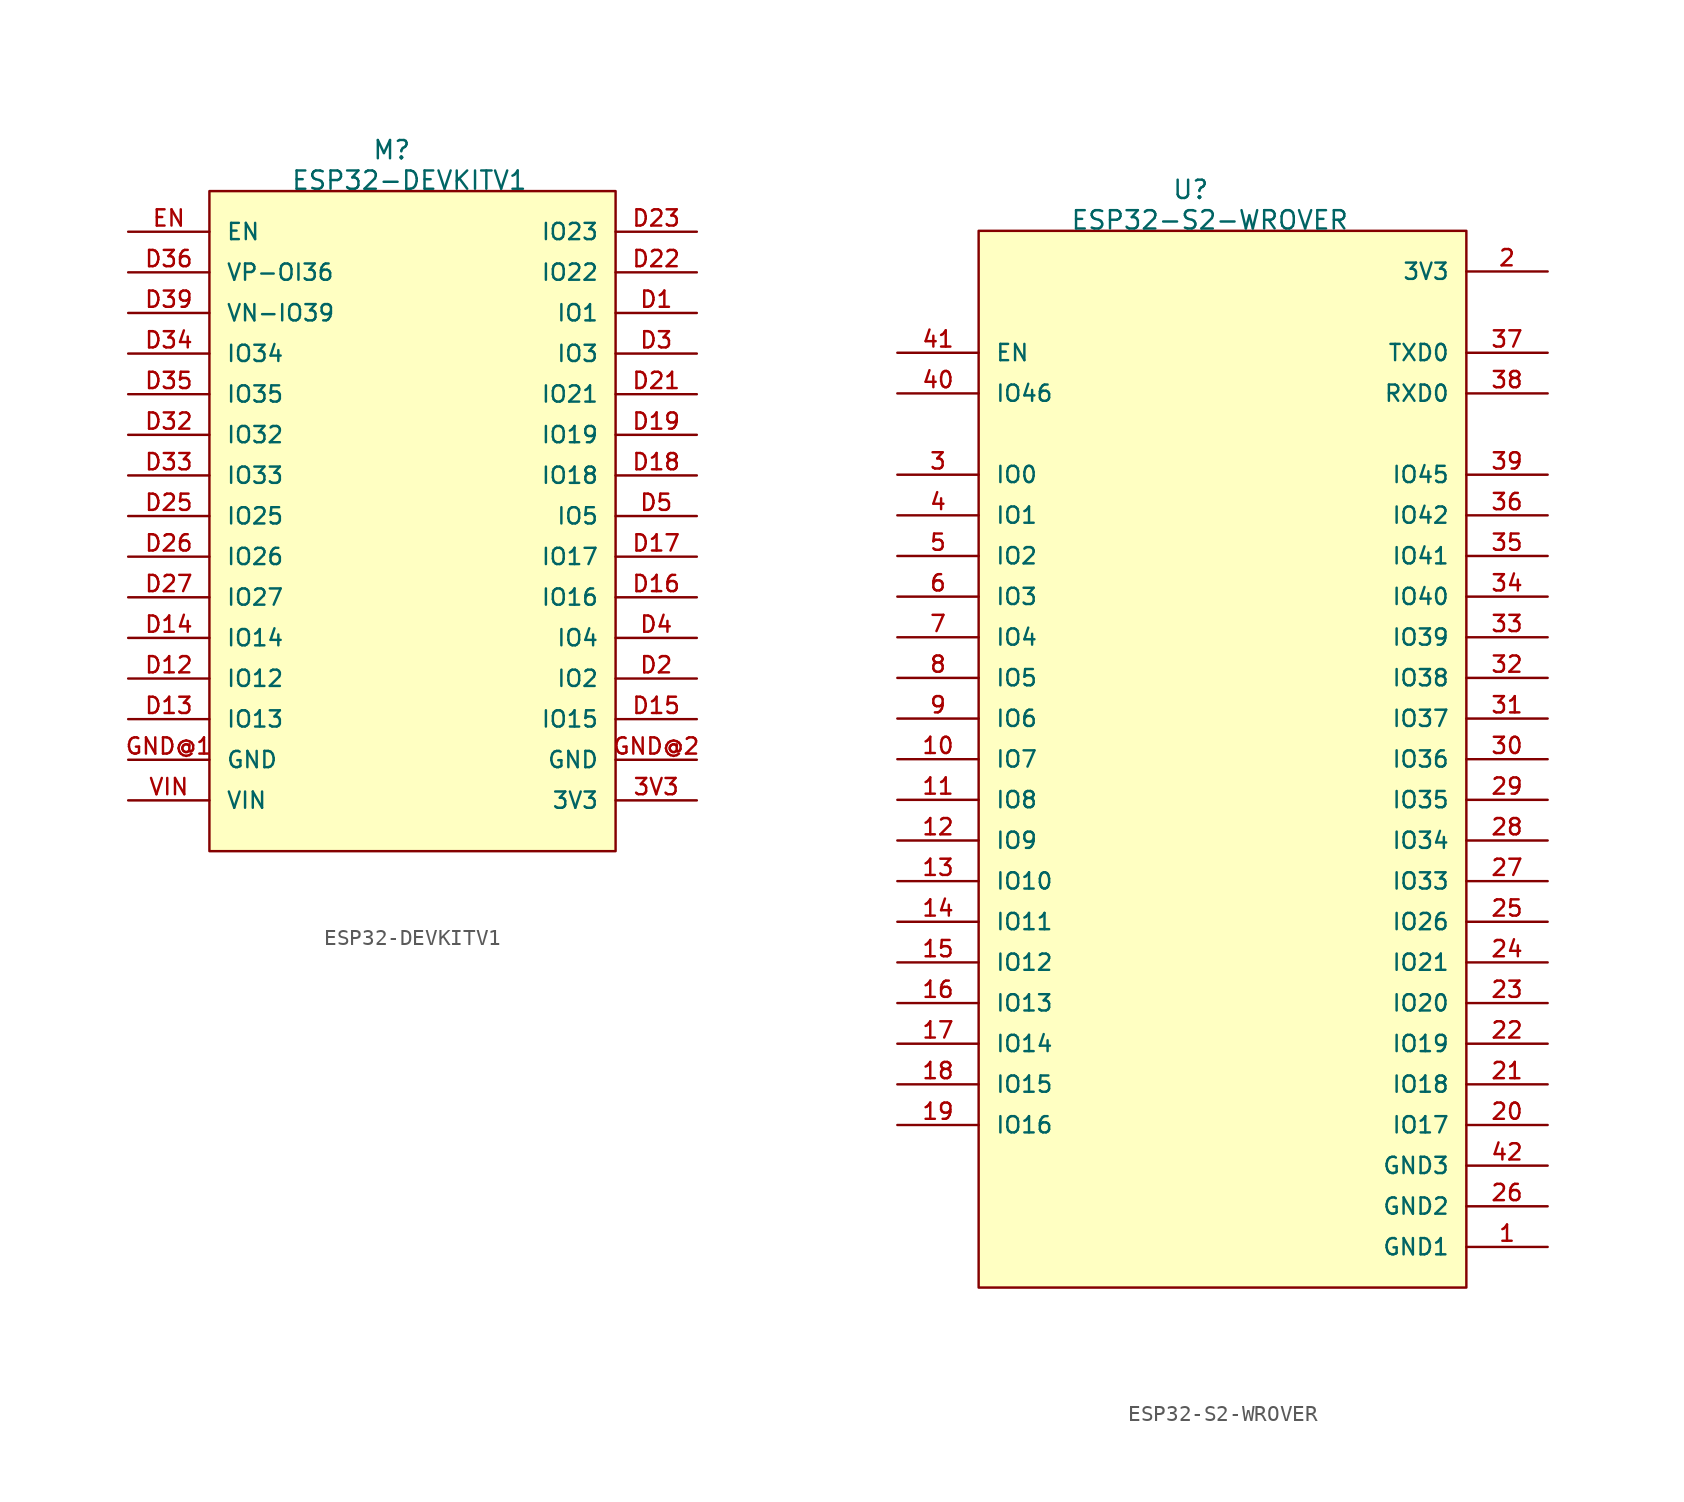
<source format=kicad_sym>
(kicad_symbol_lib
  (version 20211014)
  (generator kicad_symbol_editor)
  (symbol "ESP32-DEVKITV1"
    (pin_names
      (offset 1.016))
    (property "Reference" "M"
      (at -7.62 22.86 0)
      (effects (font (size 1.143 1.143)) (justify left bottom)))
    (property "Value" "ESP32-DEVKITV1"
      (at -12.7 20.955 0)
      (effects (font (size 1.143 1.143)) (justify left bottom)))
    (property "ki_locked" ""
      (at 0 0 0)
      (effects (font (size 1.27 1.27))))
    (symbol "ESP32-DEVKITV1_1_1"
      (rectangle (start -17.78 20.955) (end 7.62 -20.32) (stroke (width 0) (type default) (color 0 0 0 0)) (fill (type background)))
      (pin bidirectional line (at 12.7 -17.145 180) (length 5.08) (name "3V3" (effects (font (size 1.016 1.016)))) (number "3V3" (effects (font (size 1.016 1.016)))))
      (pin bidirectional line (at 12.7 13.335 180) (length 5.08) (name "IO1" (effects (font (size 1.016 1.016)))) (number "D1" (effects (font (size 1.016 1.016)))))
      (pin bidirectional line (at -22.86 -9.525 0) (length 5.08) (name "IO12" (effects (font (size 1.016 1.016)))) (number "D12" (effects (font (size 1.016 1.016)))))
      (pin bidirectional line (at -22.86 -12.065 0) (length 5.08) (name "IO13" (effects (font (size 1.016 1.016)))) (number "D13" (effects (font (size 1.016 1.016)))))
      (pin bidirectional line (at -22.86 -6.985 0) (length 5.08) (name "IO14" (effects (font (size 1.016 1.016)))) (number "D14" (effects (font (size 1.016 1.016)))))
      (pin bidirectional line (at 12.7 -12.065 180) (length 5.08) (name "IO15" (effects (font (size 1.016 1.016)))) (number "D15" (effects (font (size 1.016 1.016)))))
      (pin bidirectional line (at 12.7 -4.445 180) (length 5.08) (name "IO16" (effects (font (size 1.016 1.016)))) (number "D16" (effects (font (size 1.016 1.016)))))
      (pin bidirectional line (at 12.7 -1.905 180) (length 5.08) (name "IO17" (effects (font (size 1.016 1.016)))) (number "D17" (effects (font (size 1.016 1.016)))))
      (pin bidirectional line (at 12.7 3.175 180) (length 5.08) (name "IO18" (effects (font (size 1.016 1.016)))) (number "D18" (effects (font (size 1.016 1.016)))))
      (pin bidirectional line (at 12.7 5.715 180) (length 5.08) (name "IO19" (effects (font (size 1.016 1.016)))) (number "D19" (effects (font (size 1.016 1.016)))))
      (pin bidirectional line (at 12.7 -9.525 180) (length 5.08) (name "IO2" (effects (font (size 1.016 1.016)))) (number "D2" (effects (font (size 1.016 1.016)))))
      (pin bidirectional line (at 12.7 8.255 180) (length 5.08) (name "IO21" (effects (font (size 1.016 1.016)))) (number "D21" (effects (font (size 1.016 1.016)))))
      (pin bidirectional line (at 12.7 15.875 180) (length 5.08) (name "IO22" (effects (font (size 1.016 1.016)))) (number "D22" (effects (font (size 1.016 1.016)))))
      (pin bidirectional line (at 12.7 18.415 180) (length 5.08) (name "IO23" (effects (font (size 1.016 1.016)))) (number "D23" (effects (font (size 1.016 1.016)))))
      (pin bidirectional line (at -22.86 0.635 0) (length 5.08) (name "IO25" (effects (font (size 1.016 1.016)))) (number "D25" (effects (font (size 1.016 1.016)))))
      (pin bidirectional line (at -22.86 -1.905 0) (length 5.08) (name "IO26" (effects (font (size 1.016 1.016)))) (number "D26" (effects (font (size 1.016 1.016)))))
      (pin bidirectional line (at -22.86 -4.445 0) (length 5.08) (name "IO27" (effects (font (size 1.016 1.016)))) (number "D27" (effects (font (size 1.016 1.016)))))
      (pin bidirectional line (at 12.7 10.795 180) (length 5.08) (name "IO3" (effects (font (size 1.016 1.016)))) (number "D3" (effects (font (size 1.016 1.016)))))
      (pin bidirectional line (at -22.86 5.715 0) (length 5.08) (name "IO32" (effects (font (size 1.016 1.016)))) (number "D32" (effects (font (size 1.016 1.016)))))
      (pin bidirectional line (at -22.86 3.175 0) (length 5.08) (name "IO33" (effects (font (size 1.016 1.016)))) (number "D33" (effects (font (size 1.016 1.016)))))
      (pin bidirectional line (at -22.86 10.795 0) (length 5.08) (name "IO34" (effects (font (size 1.016 1.016)))) (number "D34" (effects (font (size 1.016 1.016)))))
      (pin bidirectional line (at -22.86 8.255 0) (length 5.08) (name "IO35" (effects (font (size 1.016 1.016)))) (number "D35" (effects (font (size 1.016 1.016)))))
      (pin bidirectional line (at -22.86 15.875 0) (length 5.08) (name "VP-OI36" (effects (font (size 1.016 1.016)))) (number "D36" (effects (font (size 1.016 1.016)))))
      (pin bidirectional line (at -22.86 13.335 0) (length 5.08) (name "VN-IO39" (effects (font (size 1.016 1.016)))) (number "D39" (effects (font (size 1.016 1.016)))))
      (pin bidirectional line (at 12.7 -6.985 180) (length 5.08) (name "IO4" (effects (font (size 1.016 1.016)))) (number "D4" (effects (font (size 1.016 1.016)))))
      (pin bidirectional line (at 12.7 0.635 180) (length 5.08) (name "IO5" (effects (font (size 1.016 1.016)))) (number "D5" (effects (font (size 1.016 1.016)))))
      (pin bidirectional line (at -22.86 18.415 0) (length 5.08) (name "EN" (effects (font (size 1.016 1.016)))) (number "EN" (effects (font (size 1.016 1.016)))))
      (pin bidirectional line (at -22.86 -14.605 0) (length 5.08) (name "GND" (effects (font (size 1.016 1.016)))) (number "GND@1" (effects (font (size 1.016 1.016)))))
      (pin bidirectional line (at 12.7 -14.605 180) (length 5.08) (name "GND" (effects (font (size 1.016 1.016)))) (number "GND@2" (effects (font (size 1.016 1.016)))))
      (pin bidirectional line (at -22.86 -17.145 0) (length 5.08) (name "VIN" (effects (font (size 1.016 1.016)))) (number "VIN" (effects (font (size 1.016 1.016)))))))
  (symbol "ESP32-S2-WROVER"
    (pin_names
      (offset 1.016))
    (property "Reference" "U"
      (at -3.175 34.925 0)
      (effects (font (size 1.143 1.143)) (justify left bottom)))
    (property "Value" "ESP32-S2-WROVER"
      (at -9.525 33.02 0)
      (effects (font (size 1.143 1.143)) (justify left bottom)))
    (property "ki_locked" ""
      (at 0 0 0)
      (effects (font (size 1.27 1.27))))
    (symbol "ESP32-S2-WROVER_1_1"
      (rectangle (start -15.24 33.02) (end 15.24 -33.02) (stroke (width 0) (type default) (color 0 0 0 0)) (fill (type background)))
      (pin power_in line (at 20.32 -30.48 180) (length 5.08) (name "GND1" (effects (font (size 1.016 1.016)))) (number "1" (effects (font (size 1.016 1.016)))))
      (pin bidirectional line (at -20.32 0 0) (length 5.08) (name "IO7" (effects (font (size 1.016 1.016)))) (number "10" (effects (font (size 1.016 1.016)))))
      (pin bidirectional line (at -20.32 -2.54 0) (length 5.08) (name "IO8" (effects (font (size 1.016 1.016)))) (number "11" (effects (font (size 1.016 1.016)))))
      (pin bidirectional line (at -20.32 -5.08 0) (length 5.08) (name "IO9" (effects (font (size 1.016 1.016)))) (number "12" (effects (font (size 1.016 1.016)))))
      (pin bidirectional line (at -20.32 -7.62 0) (length 5.08) (name "IO10" (effects (font (size 1.016 1.016)))) (number "13" (effects (font (size 1.016 1.016)))))
      (pin bidirectional line (at -20.32 -10.16 0) (length 5.08) (name "IO11" (effects (font (size 1.016 1.016)))) (number "14" (effects (font (size 1.016 1.016)))))
      (pin bidirectional line (at -20.32 -12.7 0) (length 5.08) (name "IO12" (effects (font (size 1.016 1.016)))) (number "15" (effects (font (size 1.016 1.016)))))
      (pin bidirectional line (at -20.32 -15.24 0) (length 5.08) (name "IO13" (effects (font (size 1.016 1.016)))) (number "16" (effects (font (size 1.016 1.016)))))
      (pin bidirectional line (at -20.32 -17.78 0) (length 5.08) (name "IO14" (effects (font (size 1.016 1.016)))) (number "17" (effects (font (size 1.016 1.016)))))
      (pin bidirectional line (at -20.32 -20.32 0) (length 5.08) (name "IO15" (effects (font (size 1.016 1.016)))) (number "18" (effects (font (size 1.016 1.016)))))
      (pin bidirectional line (at -20.32 -22.86 0) (length 5.08) (name "IO16" (effects (font (size 1.016 1.016)))) (number "19" (effects (font (size 1.016 1.016)))))
      (pin power_in line (at 20.32 30.48 180) (length 5.08) (name "3V3" (effects (font (size 1.016 1.016)))) (number "2" (effects (font (size 1.016 1.016)))))
      (pin bidirectional line (at 20.32 -22.86 180) (length 5.08) (name "IO17" (effects (font (size 1.016 1.016)))) (number "20" (effects (font (size 1.016 1.016)))))
      (pin bidirectional line (at 20.32 -20.32 180) (length 5.08) (name "IO18" (effects (font (size 1.016 1.016)))) (number "21" (effects (font (size 1.016 1.016)))))
      (pin bidirectional line (at 20.32 -17.78 180) (length 5.08) (name "IO19" (effects (font (size 1.016 1.016)))) (number "22" (effects (font (size 1.016 1.016)))))
      (pin bidirectional line (at 20.32 -15.24 180) (length 5.08) (name "IO20" (effects (font (size 1.016 1.016)))) (number "23" (effects (font (size 1.016 1.016)))))
      (pin bidirectional line (at 20.32 -12.7 180) (length 5.08) (name "IO21" (effects (font (size 1.016 1.016)))) (number "24" (effects (font (size 1.016 1.016)))))
      (pin bidirectional line (at 20.32 -10.16 180) (length 5.08) (name "IO26" (effects (font (size 1.016 1.016)))) (number "25" (effects (font (size 1.016 1.016)))))
      (pin power_in line (at 20.32 -27.94 180) (length 5.08) (name "GND2" (effects (font (size 1.016 1.016)))) (number "26" (effects (font (size 1.016 1.016)))))
      (pin bidirectional line (at 20.32 -7.62 180) (length 5.08) (name "IO33" (effects (font (size 1.016 1.016)))) (number "27" (effects (font (size 1.016 1.016)))))
      (pin bidirectional line (at 20.32 -5.08 180) (length 5.08) (name "IO34" (effects (font (size 1.016 1.016)))) (number "28" (effects (font (size 1.016 1.016)))))
      (pin bidirectional line (at 20.32 -2.54 180) (length 5.08) (name "IO35" (effects (font (size 1.016 1.016)))) (number "29" (effects (font (size 1.016 1.016)))))
      (pin bidirectional line (at -20.32 17.78 0) (length 5.08) (name "IO0" (effects (font (size 1.016 1.016)))) (number "3" (effects (font (size 1.016 1.016)))))
      (pin bidirectional line (at 20.32 0 180) (length 5.08) (name "IO36" (effects (font (size 1.016 1.016)))) (number "30" (effects (font (size 1.016 1.016)))))
      (pin bidirectional line (at 20.32 2.54 180) (length 5.08) (name "IO37" (effects (font (size 1.016 1.016)))) (number "31" (effects (font (size 1.016 1.016)))))
      (pin bidirectional line (at 20.32 5.08 180) (length 5.08) (name "IO38" (effects (font (size 1.016 1.016)))) (number "32" (effects (font (size 1.016 1.016)))))
      (pin bidirectional line (at 20.32 7.62 180) (length 5.08) (name "IO39" (effects (font (size 1.016 1.016)))) (number "33" (effects (font (size 1.016 1.016)))))
      (pin bidirectional line (at 20.32 10.16 180) (length 5.08) (name "IO40" (effects (font (size 1.016 1.016)))) (number "34" (effects (font (size 1.016 1.016)))))
      (pin bidirectional line (at 20.32 12.7 180) (length 5.08) (name "IO41" (effects (font (size 1.016 1.016)))) (number "35" (effects (font (size 1.016 1.016)))))
      (pin bidirectional line (at 20.32 15.24 180) (length 5.08) (name "IO42" (effects (font (size 1.016 1.016)))) (number "36" (effects (font (size 1.016 1.016)))))
      (pin bidirectional line (at 20.32 25.4 180) (length 5.08) (name "TXD0" (effects (font (size 1.016 1.016)))) (number "37" (effects (font (size 1.016 1.016)))))
      (pin bidirectional line (at 20.32 22.86 180) (length 5.08) (name "RXD0" (effects (font (size 1.016 1.016)))) (number "38" (effects (font (size 1.016 1.016)))))
      (pin bidirectional line (at 20.32 17.78 180) (length 5.08) (name "IO45" (effects (font (size 1.016 1.016)))) (number "39" (effects (font (size 1.016 1.016)))))
      (pin bidirectional line (at -20.32 15.24 0) (length 5.08) (name "IO1" (effects (font (size 1.016 1.016)))) (number "4" (effects (font (size 1.016 1.016)))))
      (pin input line (at -20.32 22.86 0) (length 5.08) (name "IO46" (effects (font (size 1.016 1.016)))) (number "40" (effects (font (size 1.016 1.016)))))
      (pin input line (at -20.32 25.4 0) (length 5.08) (name "EN" (effects (font (size 1.016 1.016)))) (number "41" (effects (font (size 1.016 1.016)))))
      (pin power_in line (at 20.32 -25.4 180) (length 5.08) (name "GND3" (effects (font (size 1.016 1.016)))) (number "42" (effects (font (size 1.016 1.016)))))
      (pin bidirectional line (at -20.32 12.7 0) (length 5.08) (name "IO2" (effects (font (size 1.016 1.016)))) (number "5" (effects (font (size 1.016 1.016)))))
      (pin bidirectional line (at -20.32 10.16 0) (length 5.08) (name "IO3" (effects (font (size 1.016 1.016)))) (number "6" (effects (font (size 1.016 1.016)))))
      (pin bidirectional line (at -20.32 7.62 0) (length 5.08) (name "IO4" (effects (font (size 1.016 1.016)))) (number "7" (effects (font (size 1.016 1.016)))))
      (pin bidirectional line (at -20.32 5.08 0) (length 5.08) (name "IO5" (effects (font (size 1.016 1.016)))) (number "8" (effects (font (size 1.016 1.016)))))
      (pin bidirectional line (at -20.32 2.54 0) (length 5.08) (name "IO6" (effects (font (size 1.016 1.016)))) (number "9" (effects (font (size 1.016 1.016))))))))
</source>
